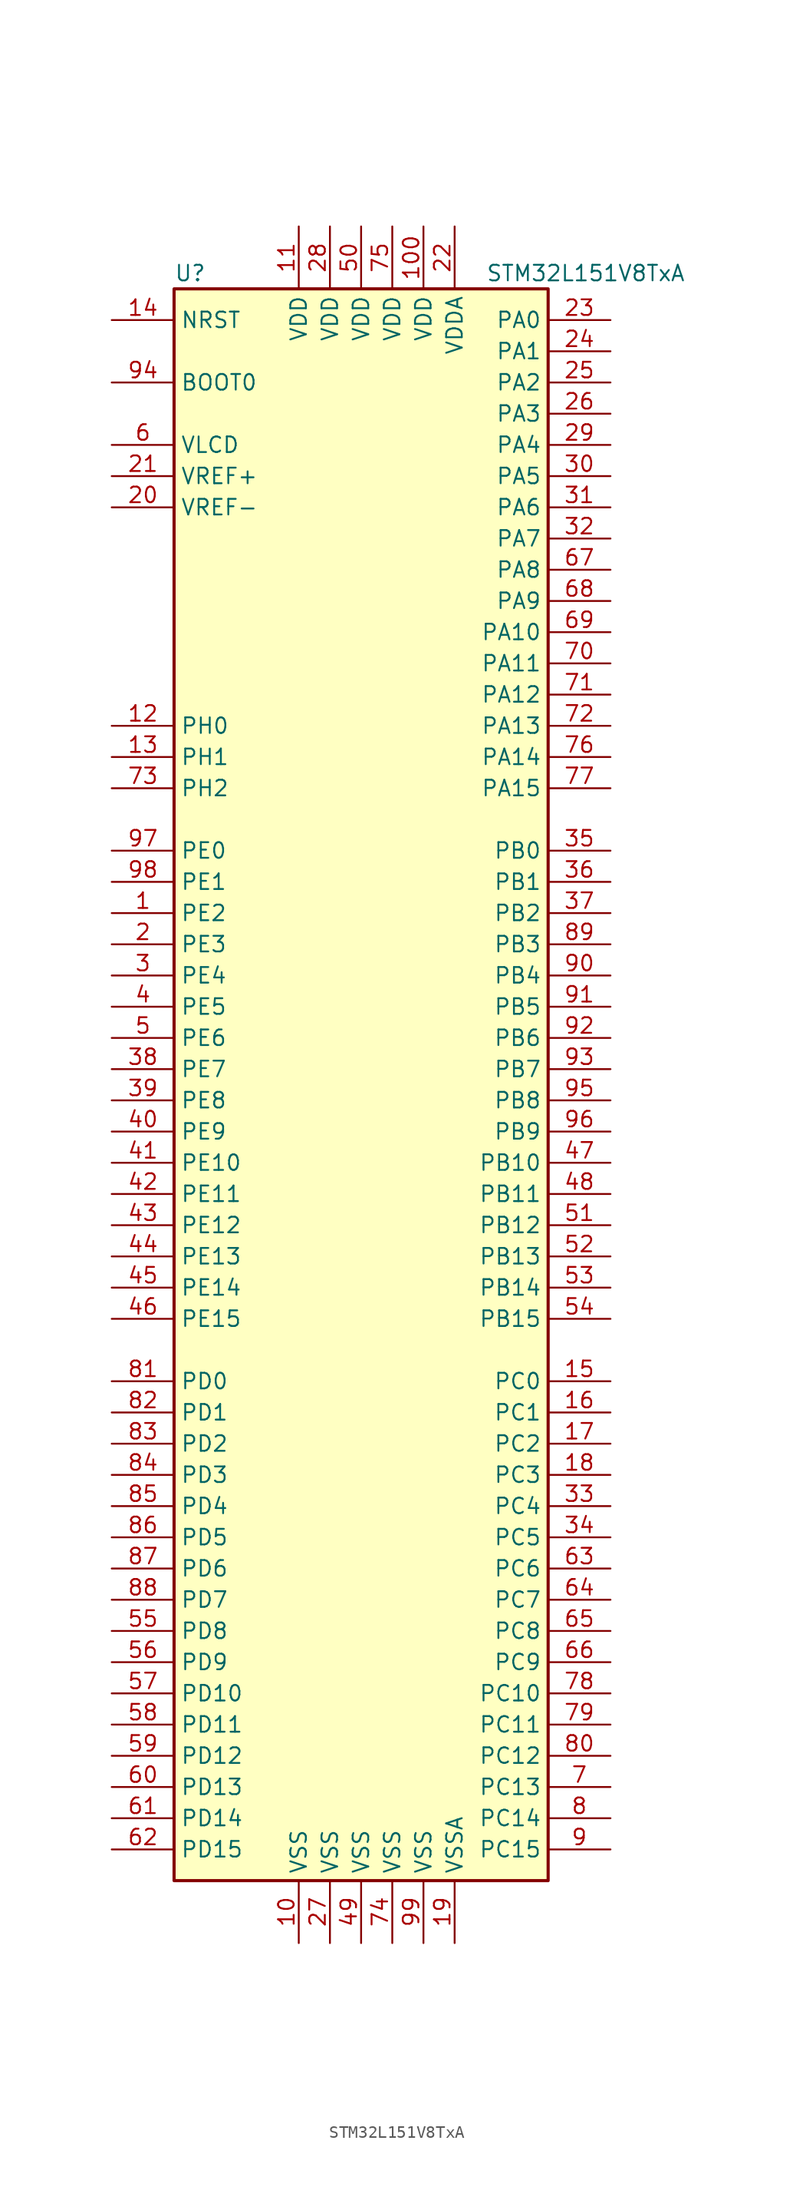
<source format=kicad_sym>
(kicad_symbol_lib
  (version 20211014)
  (generator kicad_symbol_editor)
  (symbol "STM32L151V8TxA"
    (property "Reference" "U"
      (at -15.24 64.77 0)
      (effects (font (size 1.27 1.27)) (justify left)))
    (property "Value" "STM32L151V8TxA"
      (at 10.16 64.77 0)
      (effects (font (size 1.27 1.27)) (justify left)))
    (symbol "STM32L151V8TxA_0_1"
      (rectangle (start -15.24 -66.04) (end 15.24 63.5) (stroke (width 0.254) (type default) (color 0 0 0 0)) (fill (type background))))
    (symbol "STM32L151V8TxA_1_1"
      (pin bidirectional line (at -20.32 12.7 0) (length 5.08) (name "PE2" (effects (font (size 1.27 1.27)))) (number "1" (effects (font (size 1.27 1.27)))))
      (pin power_in line (at -5.08 -71.12 90) (length 5.08) (name "VSS" (effects (font (size 1.27 1.27)))) (number "10" (effects (font (size 1.27 1.27)))))
      (pin power_in line (at 5.08 68.58 270) (length 5.08) (name "VDD" (effects (font (size 1.27 1.27)))) (number "100" (effects (font (size 1.27 1.27)))))
      (pin power_in line (at -5.08 68.58 270) (length 5.08) (name "VDD" (effects (font (size 1.27 1.27)))) (number "11" (effects (font (size 1.27 1.27)))))
      (pin input line (at -20.32 27.94 0) (length 5.08) (name "PH0" (effects (font (size 1.27 1.27)))) (number "12" (effects (font (size 1.27 1.27)))))
      (pin input line (at -20.32 25.4 0) (length 5.08) (name "PH1" (effects (font (size 1.27 1.27)))) (number "13" (effects (font (size 1.27 1.27)))))
      (pin input line (at -20.32 60.96 0) (length 5.08) (name "NRST" (effects (font (size 1.27 1.27)))) (number "14" (effects (font (size 1.27 1.27)))))
      (pin bidirectional line (at 20.32 -25.4 180) (length 5.08) (name "PC0" (effects (font (size 1.27 1.27)))) (number "15" (effects (font (size 1.27 1.27)))))
      (pin bidirectional line (at 20.32 -27.94 180) (length 5.08) (name "PC1" (effects (font (size 1.27 1.27)))) (number "16" (effects (font (size 1.27 1.27)))))
      (pin bidirectional line (at 20.32 -30.48 180) (length 5.08) (name "PC2" (effects (font (size 1.27 1.27)))) (number "17" (effects (font (size 1.27 1.27)))))
      (pin bidirectional line (at 20.32 -33.02 180) (length 5.08) (name "PC3" (effects (font (size 1.27 1.27)))) (number "18" (effects (font (size 1.27 1.27)))))
      (pin power_in line (at 7.62 -71.12 90) (length 5.08) (name "VSSA" (effects (font (size 1.27 1.27)))) (number "19" (effects (font (size 1.27 1.27)))))
      (pin bidirectional line (at -20.32 10.16 0) (length 5.08) (name "PE3" (effects (font (size 1.27 1.27)))) (number "2" (effects (font (size 1.27 1.27)))))
      (pin power_in line (at -20.32 45.72 0) (length 5.08) (name "VREF-" (effects (font (size 1.27 1.27)))) (number "20" (effects (font (size 1.27 1.27)))))
      (pin power_in line (at -20.32 48.26 0) (length 5.08) (name "VREF+" (effects (font (size 1.27 1.27)))) (number "21" (effects (font (size 1.27 1.27)))))
      (pin power_in line (at 7.62 68.58 270) (length 5.08) (name "VDDA" (effects (font (size 1.27 1.27)))) (number "22" (effects (font (size 1.27 1.27)))))
      (pin bidirectional line (at 20.32 60.96 180) (length 5.08) (name "PA0" (effects (font (size 1.27 1.27)))) (number "23" (effects (font (size 1.27 1.27)))))
      (pin bidirectional line (at 20.32 58.42 180) (length 5.08) (name "PA1" (effects (font (size 1.27 1.27)))) (number "24" (effects (font (size 1.27 1.27)))))
      (pin bidirectional line (at 20.32 55.88 180) (length 5.08) (name "PA2" (effects (font (size 1.27 1.27)))) (number "25" (effects (font (size 1.27 1.27)))))
      (pin bidirectional line (at 20.32 53.34 180) (length 5.08) (name "PA3" (effects (font (size 1.27 1.27)))) (number "26" (effects (font (size 1.27 1.27)))))
      (pin power_in line (at -2.54 -71.12 90) (length 5.08) (name "VSS" (effects (font (size 1.27 1.27)))) (number "27" (effects (font (size 1.27 1.27)))))
      (pin power_in line (at -2.54 68.58 270) (length 5.08) (name "VDD" (effects (font (size 1.27 1.27)))) (number "28" (effects (font (size 1.27 1.27)))))
      (pin bidirectional line (at 20.32 50.8 180) (length 5.08) (name "PA4" (effects (font (size 1.27 1.27)))) (number "29" (effects (font (size 1.27 1.27)))))
      (pin bidirectional line (at -20.32 7.62 0) (length 5.08) (name "PE4" (effects (font (size 1.27 1.27)))) (number "3" (effects (font (size 1.27 1.27)))))
      (pin bidirectional line (at 20.32 48.26 180) (length 5.08) (name "PA5" (effects (font (size 1.27 1.27)))) (number "30" (effects (font (size 1.27 1.27)))))
      (pin bidirectional line (at 20.32 45.72 180) (length 5.08) (name "PA6" (effects (font (size 1.27 1.27)))) (number "31" (effects (font (size 1.27 1.27)))))
      (pin bidirectional line (at 20.32 43.18 180) (length 5.08) (name "PA7" (effects (font (size 1.27 1.27)))) (number "32" (effects (font (size 1.27 1.27)))))
      (pin bidirectional line (at 20.32 -35.56 180) (length 5.08) (name "PC4" (effects (font (size 1.27 1.27)))) (number "33" (effects (font (size 1.27 1.27)))))
      (pin bidirectional line (at 20.32 -38.1 180) (length 5.08) (name "PC5" (effects (font (size 1.27 1.27)))) (number "34" (effects (font (size 1.27 1.27)))))
      (pin bidirectional line (at 20.32 17.78 180) (length 5.08) (name "PB0" (effects (font (size 1.27 1.27)))) (number "35" (effects (font (size 1.27 1.27)))))
      (pin bidirectional line (at 20.32 15.24 180) (length 5.08) (name "PB1" (effects (font (size 1.27 1.27)))) (number "36" (effects (font (size 1.27 1.27)))))
      (pin bidirectional line (at 20.32 12.7 180) (length 5.08) (name "PB2" (effects (font (size 1.27 1.27)))) (number "37" (effects (font (size 1.27 1.27)))))
      (pin bidirectional line (at -20.32 0 0) (length 5.08) (name "PE7" (effects (font (size 1.27 1.27)))) (number "38" (effects (font (size 1.27 1.27)))))
      (pin bidirectional line (at -20.32 -2.54 0) (length 5.08) (name "PE8" (effects (font (size 1.27 1.27)))) (number "39" (effects (font (size 1.27 1.27)))))
      (pin bidirectional line (at -20.32 5.08 0) (length 5.08) (name "PE5" (effects (font (size 1.27 1.27)))) (number "4" (effects (font (size 1.27 1.27)))))
      (pin bidirectional line (at -20.32 -5.08 0) (length 5.08) (name "PE9" (effects (font (size 1.27 1.27)))) (number "40" (effects (font (size 1.27 1.27)))))
      (pin bidirectional line (at -20.32 -7.62 0) (length 5.08) (name "PE10" (effects (font (size 1.27 1.27)))) (number "41" (effects (font (size 1.27 1.27)))))
      (pin bidirectional line (at -20.32 -10.16 0) (length 5.08) (name "PE11" (effects (font (size 1.27 1.27)))) (number "42" (effects (font (size 1.27 1.27)))))
      (pin bidirectional line (at -20.32 -12.7 0) (length 5.08) (name "PE12" (effects (font (size 1.27 1.27)))) (number "43" (effects (font (size 1.27 1.27)))))
      (pin bidirectional line (at -20.32 -15.24 0) (length 5.08) (name "PE13" (effects (font (size 1.27 1.27)))) (number "44" (effects (font (size 1.27 1.27)))))
      (pin bidirectional line (at -20.32 -17.78 0) (length 5.08) (name "PE14" (effects (font (size 1.27 1.27)))) (number "45" (effects (font (size 1.27 1.27)))))
      (pin bidirectional line (at -20.32 -20.32 0) (length 5.08) (name "PE15" (effects (font (size 1.27 1.27)))) (number "46" (effects (font (size 1.27 1.27)))))
      (pin bidirectional line (at 20.32 -7.62 180) (length 5.08) (name "PB10" (effects (font (size 1.27 1.27)))) (number "47" (effects (font (size 1.27 1.27)))))
      (pin bidirectional line (at 20.32 -10.16 180) (length 5.08) (name "PB11" (effects (font (size 1.27 1.27)))) (number "48" (effects (font (size 1.27 1.27)))))
      (pin power_in line (at 0 -71.12 90) (length 5.08) (name "VSS" (effects (font (size 1.27 1.27)))) (number "49" (effects (font (size 1.27 1.27)))))
      (pin bidirectional line (at -20.32 2.54 0) (length 5.08) (name "PE6" (effects (font (size 1.27 1.27)))) (number "5" (effects (font (size 1.27 1.27)))))
      (pin power_in line (at 0 68.58 270) (length 5.08) (name "VDD" (effects (font (size 1.27 1.27)))) (number "50" (effects (font (size 1.27 1.27)))))
      (pin bidirectional line (at 20.32 -12.7 180) (length 5.08) (name "PB12" (effects (font (size 1.27 1.27)))) (number "51" (effects (font (size 1.27 1.27)))))
      (pin bidirectional line (at 20.32 -15.24 180) (length 5.08) (name "PB13" (effects (font (size 1.27 1.27)))) (number "52" (effects (font (size 1.27 1.27)))))
      (pin bidirectional line (at 20.32 -17.78 180) (length 5.08) (name "PB14" (effects (font (size 1.27 1.27)))) (number "53" (effects (font (size 1.27 1.27)))))
      (pin bidirectional line (at 20.32 -20.32 180) (length 5.08) (name "PB15" (effects (font (size 1.27 1.27)))) (number "54" (effects (font (size 1.27 1.27)))))
      (pin bidirectional line (at -20.32 -45.72 0) (length 5.08) (name "PD8" (effects (font (size 1.27 1.27)))) (number "55" (effects (font (size 1.27 1.27)))))
      (pin bidirectional line (at -20.32 -48.26 0) (length 5.08) (name "PD9" (effects (font (size 1.27 1.27)))) (number "56" (effects (font (size 1.27 1.27)))))
      (pin bidirectional line (at -20.32 -50.8 0) (length 5.08) (name "PD10" (effects (font (size 1.27 1.27)))) (number "57" (effects (font (size 1.27 1.27)))))
      (pin bidirectional line (at -20.32 -53.34 0) (length 5.08) (name "PD11" (effects (font (size 1.27 1.27)))) (number "58" (effects (font (size 1.27 1.27)))))
      (pin bidirectional line (at -20.32 -55.88 0) (length 5.08) (name "PD12" (effects (font (size 1.27 1.27)))) (number "59" (effects (font (size 1.27 1.27)))))
      (pin power_in line (at -20.32 50.8 0) (length 5.08) (name "VLCD" (effects (font (size 1.27 1.27)))) (number "6" (effects (font (size 1.27 1.27)))))
      (pin bidirectional line (at -20.32 -58.42 0) (length 5.08) (name "PD13" (effects (font (size 1.27 1.27)))) (number "60" (effects (font (size 1.27 1.27)))))
      (pin bidirectional line (at -20.32 -60.96 0) (length 5.08) (name "PD14" (effects (font (size 1.27 1.27)))) (number "61" (effects (font (size 1.27 1.27)))))
      (pin bidirectional line (at -20.32 -63.5 0) (length 5.08) (name "PD15" (effects (font (size 1.27 1.27)))) (number "62" (effects (font (size 1.27 1.27)))))
      (pin bidirectional line (at 20.32 -40.64 180) (length 5.08) (name "PC6" (effects (font (size 1.27 1.27)))) (number "63" (effects (font (size 1.27 1.27)))))
      (pin bidirectional line (at 20.32 -43.18 180) (length 5.08) (name "PC7" (effects (font (size 1.27 1.27)))) (number "64" (effects (font (size 1.27 1.27)))))
      (pin bidirectional line (at 20.32 -45.72 180) (length 5.08) (name "PC8" (effects (font (size 1.27 1.27)))) (number "65" (effects (font (size 1.27 1.27)))))
      (pin bidirectional line (at 20.32 -48.26 180) (length 5.08) (name "PC9" (effects (font (size 1.27 1.27)))) (number "66" (effects (font (size 1.27 1.27)))))
      (pin bidirectional line (at 20.32 40.64 180) (length 5.08) (name "PA8" (effects (font (size 1.27 1.27)))) (number "67" (effects (font (size 1.27 1.27)))))
      (pin bidirectional line (at 20.32 38.1 180) (length 5.08) (name "PA9" (effects (font (size 1.27 1.27)))) (number "68" (effects (font (size 1.27 1.27)))))
      (pin bidirectional line (at 20.32 35.56 180) (length 5.08) (name "PA10" (effects (font (size 1.27 1.27)))) (number "69" (effects (font (size 1.27 1.27)))))
      (pin bidirectional line (at 20.32 -58.42 180) (length 5.08) (name "PC13" (effects (font (size 1.27 1.27)))) (number "7" (effects (font (size 1.27 1.27)))))
      (pin bidirectional line (at 20.32 33.02 180) (length 5.08) (name "PA11" (effects (font (size 1.27 1.27)))) (number "70" (effects (font (size 1.27 1.27)))))
      (pin bidirectional line (at 20.32 30.48 180) (length 5.08) (name "PA12" (effects (font (size 1.27 1.27)))) (number "71" (effects (font (size 1.27 1.27)))))
      (pin bidirectional line (at 20.32 27.94 180) (length 5.08) (name "PA13" (effects (font (size 1.27 1.27)))) (number "72" (effects (font (size 1.27 1.27)))))
      (pin bidirectional line (at -20.32 22.86 0) (length 5.08) (name "PH2" (effects (font (size 1.27 1.27)))) (number "73" (effects (font (size 1.27 1.27)))))
      (pin power_in line (at 2.54 -71.12 90) (length 5.08) (name "VSS" (effects (font (size 1.27 1.27)))) (number "74" (effects (font (size 1.27 1.27)))))
      (pin power_in line (at 2.54 68.58 270) (length 5.08) (name "VDD" (effects (font (size 1.27 1.27)))) (number "75" (effects (font (size 1.27 1.27)))))
      (pin bidirectional line (at 20.32 25.4 180) (length 5.08) (name "PA14" (effects (font (size 1.27 1.27)))) (number "76" (effects (font (size 1.27 1.27)))))
      (pin bidirectional line (at 20.32 22.86 180) (length 5.08) (name "PA15" (effects (font (size 1.27 1.27)))) (number "77" (effects (font (size 1.27 1.27)))))
      (pin bidirectional line (at 20.32 -50.8 180) (length 5.08) (name "PC10" (effects (font (size 1.27 1.27)))) (number "78" (effects (font (size 1.27 1.27)))))
      (pin bidirectional line (at 20.32 -53.34 180) (length 5.08) (name "PC11" (effects (font (size 1.27 1.27)))) (number "79" (effects (font (size 1.27 1.27)))))
      (pin bidirectional line (at 20.32 -60.96 180) (length 5.08) (name "PC14" (effects (font (size 1.27 1.27)))) (number "8" (effects (font (size 1.27 1.27)))))
      (pin bidirectional line (at 20.32 -55.88 180) (length 5.08) (name "PC12" (effects (font (size 1.27 1.27)))) (number "80" (effects (font (size 1.27 1.27)))))
      (pin bidirectional line (at -20.32 -25.4 0) (length 5.08) (name "PD0" (effects (font (size 1.27 1.27)))) (number "81" (effects (font (size 1.27 1.27)))))
      (pin bidirectional line (at -20.32 -27.94 0) (length 5.08) (name "PD1" (effects (font (size 1.27 1.27)))) (number "82" (effects (font (size 1.27 1.27)))))
      (pin bidirectional line (at -20.32 -30.48 0) (length 5.08) (name "PD2" (effects (font (size 1.27 1.27)))) (number "83" (effects (font (size 1.27 1.27)))))
      (pin bidirectional line (at -20.32 -33.02 0) (length 5.08) (name "PD3" (effects (font (size 1.27 1.27)))) (number "84" (effects (font (size 1.27 1.27)))))
      (pin bidirectional line (at -20.32 -35.56 0) (length 5.08) (name "PD4" (effects (font (size 1.27 1.27)))) (number "85" (effects (font (size 1.27 1.27)))))
      (pin bidirectional line (at -20.32 -38.1 0) (length 5.08) (name "PD5" (effects (font (size 1.27 1.27)))) (number "86" (effects (font (size 1.27 1.27)))))
      (pin bidirectional line (at -20.32 -40.64 0) (length 5.08) (name "PD6" (effects (font (size 1.27 1.27)))) (number "87" (effects (font (size 1.27 1.27)))))
      (pin bidirectional line (at -20.32 -43.18 0) (length 5.08) (name "PD7" (effects (font (size 1.27 1.27)))) (number "88" (effects (font (size 1.27 1.27)))))
      (pin bidirectional line (at 20.32 10.16 180) (length 5.08) (name "PB3" (effects (font (size 1.27 1.27)))) (number "89" (effects (font (size 1.27 1.27)))))
      (pin bidirectional line (at 20.32 -63.5 180) (length 5.08) (name "PC15" (effects (font (size 1.27 1.27)))) (number "9" (effects (font (size 1.27 1.27)))))
      (pin bidirectional line (at 20.32 7.62 180) (length 5.08) (name "PB4" (effects (font (size 1.27 1.27)))) (number "90" (effects (font (size 1.27 1.27)))))
      (pin bidirectional line (at 20.32 5.08 180) (length 5.08) (name "PB5" (effects (font (size 1.27 1.27)))) (number "91" (effects (font (size 1.27 1.27)))))
      (pin bidirectional line (at 20.32 2.54 180) (length 5.08) (name "PB6" (effects (font (size 1.27 1.27)))) (number "92" (effects (font (size 1.27 1.27)))))
      (pin bidirectional line (at 20.32 0 180) (length 5.08) (name "PB7" (effects (font (size 1.27 1.27)))) (number "93" (effects (font (size 1.27 1.27)))))
      (pin input line (at -20.32 55.88 0) (length 5.08) (name "BOOT0" (effects (font (size 1.27 1.27)))) (number "94" (effects (font (size 1.27 1.27)))))
      (pin bidirectional line (at 20.32 -2.54 180) (length 5.08) (name "PB8" (effects (font (size 1.27 1.27)))) (number "95" (effects (font (size 1.27 1.27)))))
      (pin bidirectional line (at 20.32 -5.08 180) (length 5.08) (name "PB9" (effects (font (size 1.27 1.27)))) (number "96" (effects (font (size 1.27 1.27)))))
      (pin bidirectional line (at -20.32 17.78 0) (length 5.08) (name "PE0" (effects (font (size 1.27 1.27)))) (number "97" (effects (font (size 1.27 1.27)))))
      (pin bidirectional line (at -20.32 15.24 0) (length 5.08) (name "PE1" (effects (font (size 1.27 1.27)))) (number "98" (effects (font (size 1.27 1.27)))))
      (pin power_in line (at 5.08 -71.12 90) (length 5.08) (name "VSS" (effects (font (size 1.27 1.27)))) (number "99" (effects (font (size 1.27 1.27))))))))
</source>
